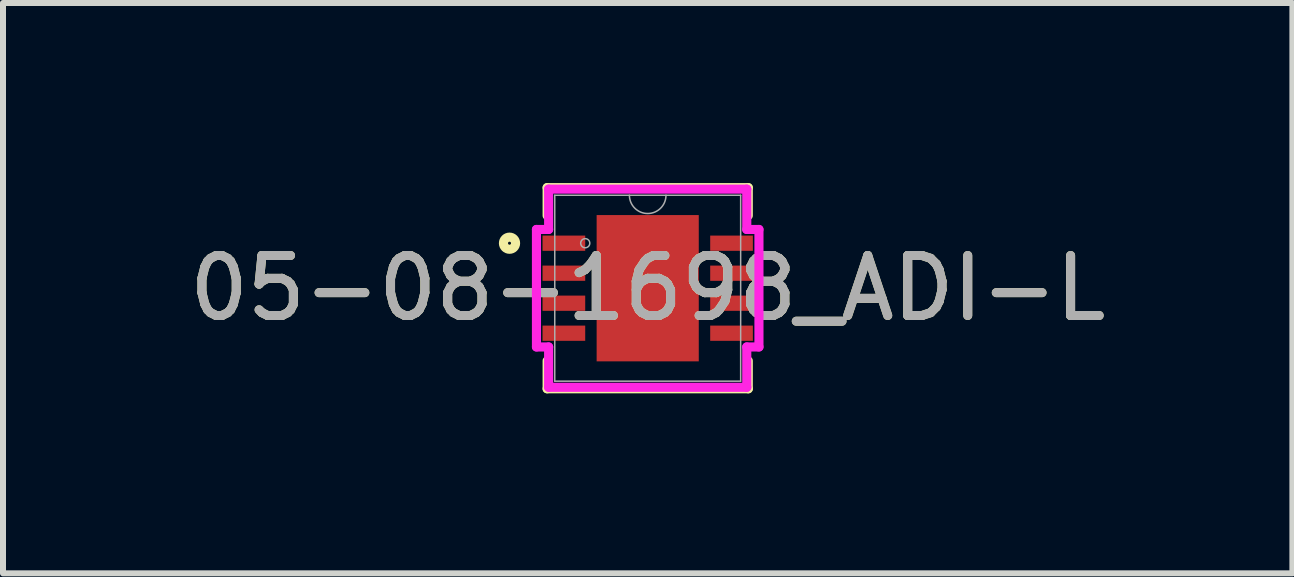
<source format=kicad_pcb>
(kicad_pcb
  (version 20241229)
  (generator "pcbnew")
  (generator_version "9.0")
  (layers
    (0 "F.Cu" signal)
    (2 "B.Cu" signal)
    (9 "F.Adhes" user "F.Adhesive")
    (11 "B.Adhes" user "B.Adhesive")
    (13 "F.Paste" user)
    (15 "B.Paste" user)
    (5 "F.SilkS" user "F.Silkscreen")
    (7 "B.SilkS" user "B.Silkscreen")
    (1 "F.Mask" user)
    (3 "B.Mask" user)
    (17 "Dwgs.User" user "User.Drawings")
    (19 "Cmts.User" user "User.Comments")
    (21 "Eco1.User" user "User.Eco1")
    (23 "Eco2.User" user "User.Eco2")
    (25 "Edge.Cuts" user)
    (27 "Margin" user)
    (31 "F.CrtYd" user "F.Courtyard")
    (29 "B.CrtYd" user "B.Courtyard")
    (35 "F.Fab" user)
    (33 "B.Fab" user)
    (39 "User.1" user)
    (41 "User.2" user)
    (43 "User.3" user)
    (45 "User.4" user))
  (footprint "05-08-1698_ADI-L"
    (layer "F.Cu")
    (at 7.744 1.753)
    (property "Reference" "05-08-1698_ADI-L" (at 0 0 0) (unlocked yes) (layer "F.SilkS") (effects (font (size 1 1) (thickness 0.15))))
    (attr smd)
    (fp_line (start -1.676 -1.676) (end -1.676 -1.21) (stroke (width 0.152) (type solid)) (layer "F.SilkS"))
    (fp_line (start -1.676 1.21) (end -1.676 1.676) (stroke (width 0.152) (type solid)) (layer "F.SilkS"))
    (fp_line (start -1.676 1.676) (end 1.676 1.676) (stroke (width 0.152) (type solid)) (layer "F.SilkS"))
    (fp_line (start 1.676 -1.676) (end -1.676 -1.676) (stroke (width 0.152) (type solid)) (layer "F.SilkS"))
    (fp_line (start 1.676 -1.21) (end 1.676 -1.676) (stroke (width 0.152) (type solid)) (layer "F.SilkS"))
    (fp_line (start 1.676 1.676) (end 1.676 1.21) (stroke (width 0.152) (type solid)) (layer "F.SilkS"))
    (fp_circle (center -2.303 -0.75) (end -2.202 -0.75) (stroke (width 0.152) (type solid)) (fill no) (layer "F.SilkS"))
    (fp_line (start -1.854 -0.979) (end -1.651 -0.979) (stroke (width 0.152) (type solid)) (layer "F.CrtYd"))
    (fp_line (start -1.854 0.979) (end -1.854 -0.979) (stroke (width 0.152) (type solid)) (layer "F.CrtYd"))
    (fp_line (start -1.854 0.979) (end -1.651 0.979) (stroke (width 0.152) (type solid)) (layer "F.CrtYd"))
    (fp_line (start -1.651 -1.651) (end 1.651 -1.651) (stroke (width 0.152) (type solid)) (layer "F.CrtYd"))
    (fp_line (start -1.651 -0.979) (end -1.651 -1.651) (stroke (width 0.152) (type solid)) (layer "F.CrtYd"))
    (fp_line (start -1.651 1.651) (end -1.651 0.979) (stroke (width 0.152) (type solid)) (layer "F.CrtYd"))
    (fp_line (start 1.651 -1.651) (end 1.651 -0.979) (stroke (width 0.152) (type solid)) (layer "F.CrtYd"))
    (fp_line (start 1.651 0.979) (end 1.651 1.651) (stroke (width 0.152) (type solid)) (layer "F.CrtYd"))
    (fp_line (start 1.651 1.651) (end -1.651 1.651) (stroke (width 0.152) (type solid)) (layer "F.CrtYd"))
    (fp_line (start 1.854 -0.979) (end 1.651 -0.979) (stroke (width 0.152) (type solid)) (layer "F.CrtYd"))
    (fp_line (start 1.854 -0.979) (end 1.854 0.979) (stroke (width 0.152) (type solid)) (layer "F.CrtYd"))
    (fp_line (start 1.854 0.979) (end 1.651 0.979) (stroke (width 0.152) (type solid)) (layer "F.CrtYd"))
    (fp_line (start -1.549 -1.549) (end -1.549 1.549) (stroke (width 0.025) (type solid)) (layer "F.Fab"))
    (fp_line (start -1.549 1.549) (end 1.549 1.549) (stroke (width 0.025) (type solid)) (layer "F.Fab"))
    (fp_line (start 1.549 -1.549) (end -1.549 -1.549) (stroke (width 0.025) (type solid)) (layer "F.Fab"))
    (fp_line (start 1.549 1.549) (end 1.549 -1.549) (stroke (width 0.025) (type solid)) (layer "F.Fab"))
    (fp_arc (start 0.3048 -1.5494) (mid 0 -1.2446) (end -0.3048 -1.5494) (stroke (width 0.0254) (type solid)) (layer "F.Fab"))
    (fp_circle (center -1.041 -0.75) (end -0.965 -0.75) (stroke (width 0.025) (type solid)) (fill no) (layer "F.Fab"))
    (fp_text user "${REFERENCE}" (at 0 0 0) (unlocked yes) (layer "F.Fab") (effects (font (size 1 1) (thickness 0.15))))
    (pad "1" smd rect (at -1.397 -0.75) (size 0.711 0.254) (layers "F.Cu" "F.Mask" "F.Paste"))
    (pad "2" smd rect (at -1.397 -0.25) (size 0.711 0.254) (layers "F.Cu" "F.Mask" "F.Paste"))
    (pad "3" smd rect (at -1.397 0.25) (size 0.711 0.254) (layers "F.Cu" "F.Mask" "F.Paste"))
    (pad "4" smd rect (at -1.397 0.75) (size 0.711 0.254) (layers "F.Cu" "F.Mask" "F.Paste"))
    (pad "5" smd rect (at 1.397 0.75) (size 0.711 0.254) (layers "F.Cu" "F.Mask" "F.Paste"))
    (pad "6" smd rect (at 1.397 0.25) (size 0.711 0.254) (layers "F.Cu" "F.Mask" "F.Paste"))
    (pad "7" smd rect (at 1.397 -0.25) (size 0.711 0.254) (layers "F.Cu" "F.Mask" "F.Paste"))
    (pad "8" smd rect (at 1.397 -0.75) (size 0.711 0.254) (layers "F.Cu" "F.Mask" "F.Paste"))
    (pad "9" smd rect (at 0 0) (size 1.702 2.438) (layers "F.Cu" "F.Mask" "F.Paste")))
  (gr_rect
    (start -3 -3)
    (end 18.488 6.505)
    (stroke (width 0.1) (type default))
    (fill no)
    (layer "Edge.Cuts")))
</source>
